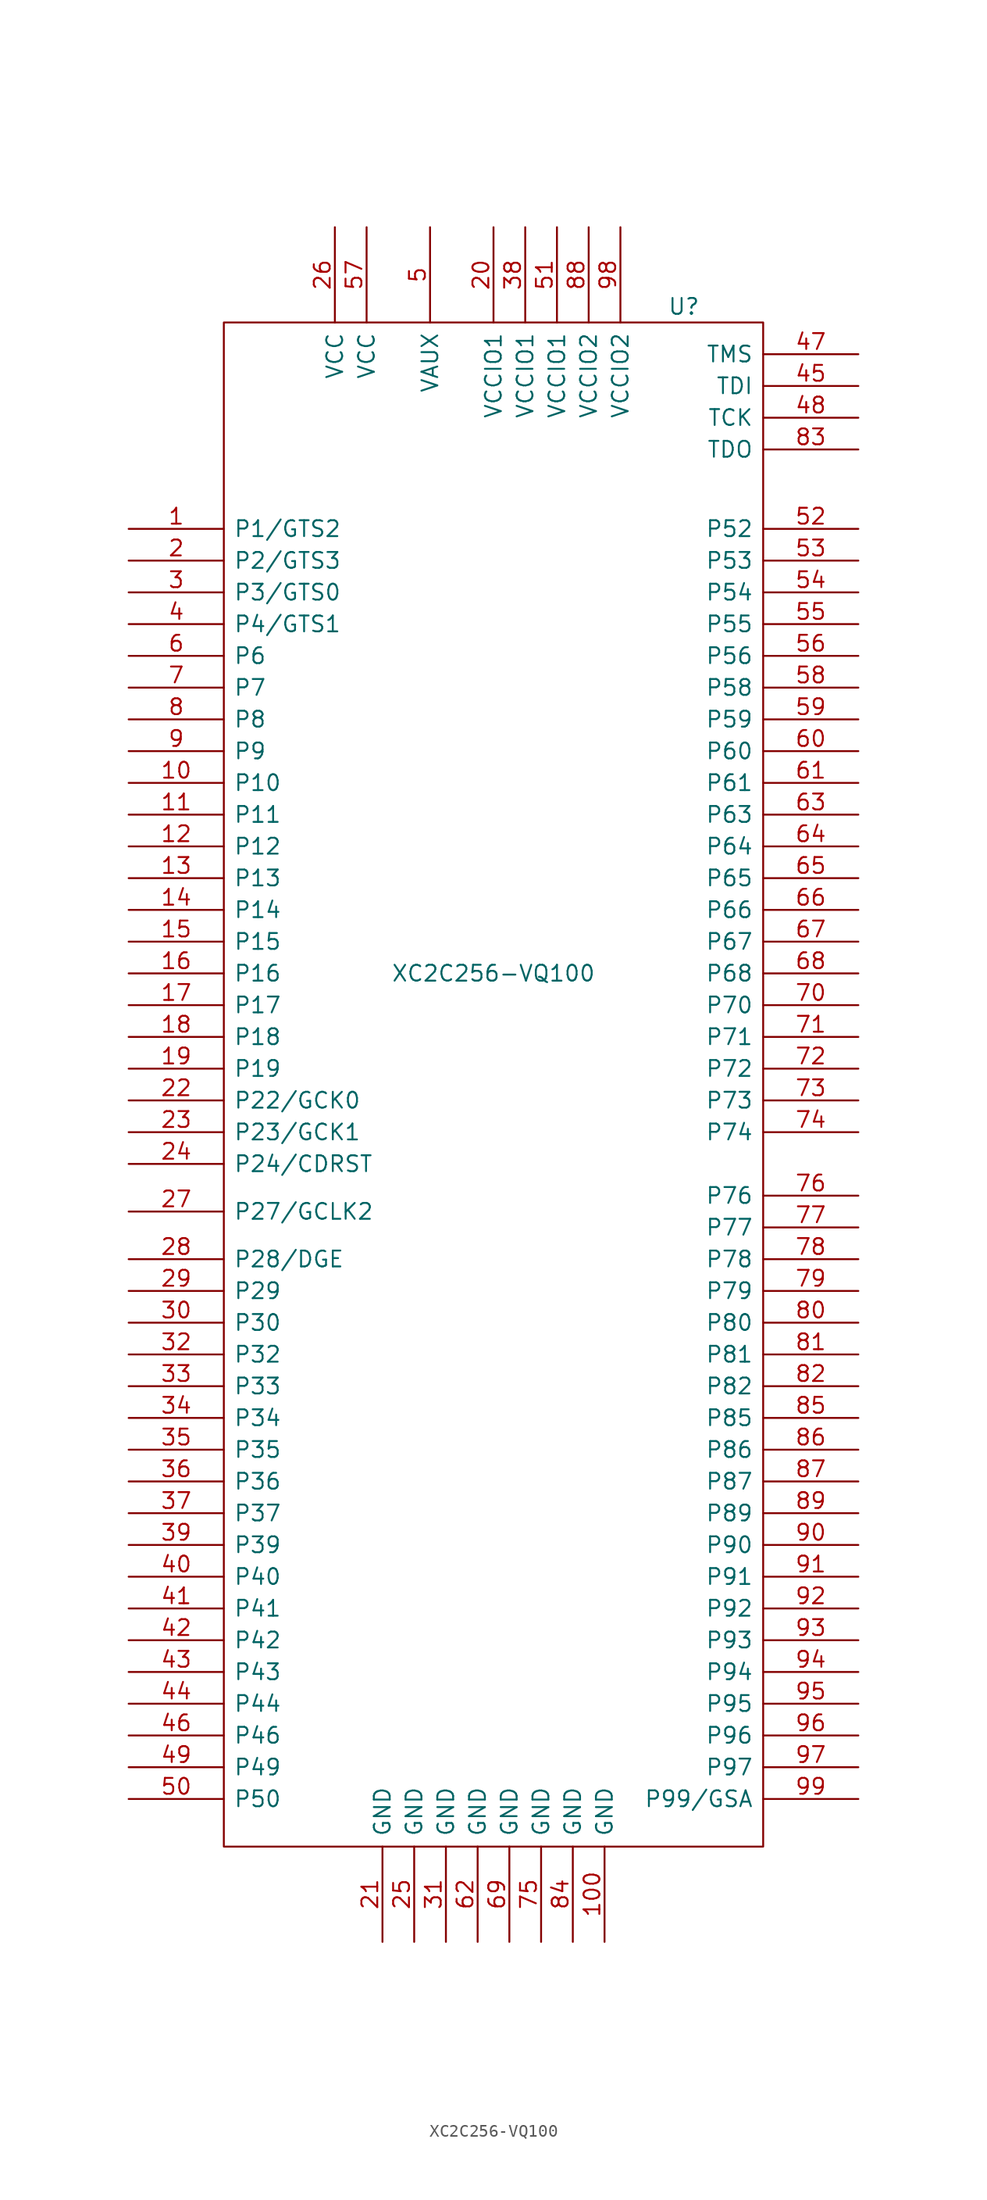
<source format=kicad_sym>
(kicad_symbol_lib
  (version 20201005)
  (generator kicad_symbol_editor)
  (symbol "XC2C256-VQ100"
    (pin_names
      (offset 0.762))
    (property "Reference" "U"
      (at 15.24 62.23 0)
      (effects (font (size 1.27 1.27))))
    (property "Value" "XC2C256-VQ100"
      (at 0 8.89 0)
      (effects (font (size 1.27 1.27))))
    (symbol "XC2C256-VQ100_0_1"
      (rectangle (start 21.59 60.96) (end -21.59 -60.96) (stroke (width 0)) (fill (type none))))
    (symbol "XC2C256-VQ100_1_1"
      (pin bidirectional line (at -29.21 44.45 0) (length 7.62) (name "P1/GTS2" (effects (font (size 1.27 1.27)))) (number "1" (effects (font (size 1.27 1.27)))))
      (pin bidirectional line (at -29.21 24.13 0) (length 7.62) (name "P10" (effects (font (size 1.27 1.27)))) (number "10" (effects (font (size 1.27 1.27)))))
      (pin power_in line (at 8.89 -68.58 90) (length 7.62) (name "GND" (effects (font (size 1.27 1.27)))) (number "100" (effects (font (size 1.27 1.27)))))
      (pin bidirectional line (at -29.21 21.59 0) (length 7.62) (name "P11" (effects (font (size 1.27 1.27)))) (number "11" (effects (font (size 1.27 1.27)))))
      (pin bidirectional line (at -29.21 19.05 0) (length 7.62) (name "P12" (effects (font (size 1.27 1.27)))) (number "12" (effects (font (size 1.27 1.27)))))
      (pin bidirectional line (at -29.21 16.51 0) (length 7.62) (name "P13" (effects (font (size 1.27 1.27)))) (number "13" (effects (font (size 1.27 1.27)))))
      (pin bidirectional line (at -29.21 13.97 0) (length 7.62) (name "P14" (effects (font (size 1.27 1.27)))) (number "14" (effects (font (size 1.27 1.27)))))
      (pin bidirectional line (at -29.21 11.43 0) (length 7.62) (name "P15" (effects (font (size 1.27 1.27)))) (number "15" (effects (font (size 1.27 1.27)))))
      (pin bidirectional line (at -29.21 8.89 0) (length 7.62) (name "P16" (effects (font (size 1.27 1.27)))) (number "16" (effects (font (size 1.27 1.27)))))
      (pin bidirectional line (at -29.21 6.35 0) (length 7.62) (name "P17" (effects (font (size 1.27 1.27)))) (number "17" (effects (font (size 1.27 1.27)))))
      (pin bidirectional line (at -29.21 3.81 0) (length 7.62) (name "P18" (effects (font (size 1.27 1.27)))) (number "18" (effects (font (size 1.27 1.27)))))
      (pin bidirectional line (at -29.21 1.27 0) (length 7.62) (name "P19" (effects (font (size 1.27 1.27)))) (number "19" (effects (font (size 1.27 1.27)))))
      (pin bidirectional line (at -29.21 41.91 0) (length 7.62) (name "P2/GTS3" (effects (font (size 1.27 1.27)))) (number "2" (effects (font (size 1.27 1.27)))))
      (pin passive line (at 0 68.58 270) (length 7.62) (name "VCCIO1" (effects (font (size 1.27 1.27)))) (number "20" (effects (font (size 1.27 1.27)))))
      (pin passive line (at -8.89 -68.58 90) (length 7.62) (name "GND" (effects (font (size 1.27 1.27)))) (number "21" (effects (font (size 1.27 1.27)))))
      (pin bidirectional line (at -29.21 -1.27 0) (length 7.62) (name "P22/GCK0" (effects (font (size 1.27 1.27)))) (number "22" (effects (font (size 1.27 1.27)))))
      (pin bidirectional line (at -29.21 -3.81 0) (length 7.62) (name "P23/GCK1" (effects (font (size 1.27 1.27)))) (number "23" (effects (font (size 1.27 1.27)))))
      (pin bidirectional line (at -29.21 -6.35 0) (length 7.62) (name "P24/CDRST" (effects (font (size 1.27 1.27)))) (number "24" (effects (font (size 1.27 1.27)))))
      (pin passive line (at -6.35 -68.58 90) (length 7.62) (name "GND" (effects (font (size 1.27 1.27)))) (number "25" (effects (font (size 1.27 1.27)))))
      (pin passive line (at -12.7 68.58 270) (length 7.62) (name "VCC" (effects (font (size 1.27 1.27)))) (number "26" (effects (font (size 1.27 1.27)))))
      (pin bidirectional line (at -29.21 -10.16 0) (length 7.62) (name "P27/GCLK2" (effects (font (size 1.27 1.27)))) (number "27" (effects (font (size 1.27 1.27)))))
      (pin bidirectional line (at -29.21 -13.97 0) (length 7.62) (name "P28/DGE" (effects (font (size 1.27 1.27)))) (number "28" (effects (font (size 1.27 1.27)))))
      (pin bidirectional line (at -29.21 -16.51 0) (length 7.62) (name "P29" (effects (font (size 1.27 1.27)))) (number "29" (effects (font (size 1.27 1.27)))))
      (pin bidirectional line (at -29.21 39.37 0) (length 7.62) (name "P3/GTS0" (effects (font (size 1.27 1.27)))) (number "3" (effects (font (size 1.27 1.27)))))
      (pin bidirectional line (at -29.21 -19.05 0) (length 7.62) (name "P30" (effects (font (size 1.27 1.27)))) (number "30" (effects (font (size 1.27 1.27)))))
      (pin passive line (at -3.81 -68.58 90) (length 7.62) (name "GND" (effects (font (size 1.27 1.27)))) (number "31" (effects (font (size 1.27 1.27)))))
      (pin bidirectional line (at -29.21 -21.59 0) (length 7.62) (name "P32" (effects (font (size 1.27 1.27)))) (number "32" (effects (font (size 1.27 1.27)))))
      (pin bidirectional line (at -29.21 -24.13 0) (length 7.62) (name "P33" (effects (font (size 1.27 1.27)))) (number "33" (effects (font (size 1.27 1.27)))))
      (pin bidirectional line (at -29.21 -26.67 0) (length 7.62) (name "P34" (effects (font (size 1.27 1.27)))) (number "34" (effects (font (size 1.27 1.27)))))
      (pin bidirectional line (at -29.21 -29.21 0) (length 7.62) (name "P35" (effects (font (size 1.27 1.27)))) (number "35" (effects (font (size 1.27 1.27)))))
      (pin bidirectional line (at -29.21 -31.75 0) (length 7.62) (name "P36" (effects (font (size 1.27 1.27)))) (number "36" (effects (font (size 1.27 1.27)))))
      (pin bidirectional line (at -29.21 -34.29 0) (length 7.62) (name "P37" (effects (font (size 1.27 1.27)))) (number "37" (effects (font (size 1.27 1.27)))))
      (pin passive line (at 2.54 68.58 270) (length 7.62) (name "VCCIO1" (effects (font (size 1.27 1.27)))) (number "38" (effects (font (size 1.27 1.27)))))
      (pin bidirectional line (at -29.21 -36.83 0) (length 7.62) (name "P39" (effects (font (size 1.27 1.27)))) (number "39" (effects (font (size 1.27 1.27)))))
      (pin bidirectional line (at -29.21 36.83 0) (length 7.62) (name "P4/GTS1" (effects (font (size 1.27 1.27)))) (number "4" (effects (font (size 1.27 1.27)))))
      (pin bidirectional line (at -29.21 -39.37 0) (length 7.62) (name "P40" (effects (font (size 1.27 1.27)))) (number "40" (effects (font (size 1.27 1.27)))))
      (pin bidirectional line (at -29.21 -41.91 0) (length 7.62) (name "P41" (effects (font (size 1.27 1.27)))) (number "41" (effects (font (size 1.27 1.27)))))
      (pin bidirectional line (at -29.21 -44.45 0) (length 7.62) (name "P42" (effects (font (size 1.27 1.27)))) (number "42" (effects (font (size 1.27 1.27)))))
      (pin bidirectional line (at -29.21 -46.99 0) (length 7.62) (name "P43" (effects (font (size 1.27 1.27)))) (number "43" (effects (font (size 1.27 1.27)))))
      (pin bidirectional line (at -29.21 -49.53 0) (length 7.62) (name "P44" (effects (font (size 1.27 1.27)))) (number "44" (effects (font (size 1.27 1.27)))))
      (pin input line (at 29.21 55.88 180) (length 7.62) (name "TDI" (effects (font (size 1.27 1.27)))) (number "45" (effects (font (size 1.27 1.27)))))
      (pin bidirectional line (at -29.21 -52.07 0) (length 7.62) (name "P46" (effects (font (size 1.27 1.27)))) (number "46" (effects (font (size 1.27 1.27)))))
      (pin input line (at 29.21 58.42 180) (length 7.62) (name "TMS" (effects (font (size 1.27 1.27)))) (number "47" (effects (font (size 1.27 1.27)))))
      (pin input line (at 29.21 53.34 180) (length 7.62) (name "TCK" (effects (font (size 1.27 1.27)))) (number "48" (effects (font (size 1.27 1.27)))))
      (pin bidirectional line (at -29.21 -54.61 0) (length 7.62) (name "P49" (effects (font (size 1.27 1.27)))) (number "49" (effects (font (size 1.27 1.27)))))
      (pin power_in line (at -5.08 68.58 270) (length 7.62) (name "VAUX" (effects (font (size 1.27 1.27)))) (number "5" (effects (font (size 1.27 1.27)))))
      (pin bidirectional line (at -29.21 -57.15 0) (length 7.62) (name "P50" (effects (font (size 1.27 1.27)))) (number "50" (effects (font (size 1.27 1.27)))))
      (pin passive line (at 5.08 68.58 270) (length 7.62) (name "VCCIO1" (effects (font (size 1.27 1.27)))) (number "51" (effects (font (size 1.27 1.27)))))
      (pin bidirectional line (at 29.21 44.45 180) (length 7.62) (name "P52" (effects (font (size 1.27 1.27)))) (number "52" (effects (font (size 1.27 1.27)))))
      (pin bidirectional line (at 29.21 41.91 180) (length 7.62) (name "P53" (effects (font (size 1.27 1.27)))) (number "53" (effects (font (size 1.27 1.27)))))
      (pin bidirectional line (at 29.21 39.37 180) (length 7.62) (name "P54" (effects (font (size 1.27 1.27)))) (number "54" (effects (font (size 1.27 1.27)))))
      (pin bidirectional line (at 29.21 36.83 180) (length 7.62) (name "P55" (effects (font (size 1.27 1.27)))) (number "55" (effects (font (size 1.27 1.27)))))
      (pin bidirectional line (at 29.21 34.29 180) (length 7.62) (name "P56" (effects (font (size 1.27 1.27)))) (number "56" (effects (font (size 1.27 1.27)))))
      (pin passive line (at -10.16 68.58 270) (length 7.62) (name "VCC" (effects (font (size 1.27 1.27)))) (number "57" (effects (font (size 1.27 1.27)))))
      (pin bidirectional line (at 29.21 31.75 180) (length 7.62) (name "P58" (effects (font (size 1.27 1.27)))) (number "58" (effects (font (size 1.27 1.27)))))
      (pin bidirectional line (at 29.21 29.21 180) (length 7.62) (name "P59" (effects (font (size 1.27 1.27)))) (number "59" (effects (font (size 1.27 1.27)))))
      (pin bidirectional line (at -29.21 34.29 0) (length 7.62) (name "P6" (effects (font (size 1.27 1.27)))) (number "6" (effects (font (size 1.27 1.27)))))
      (pin bidirectional line (at 29.21 26.67 180) (length 7.62) (name "P60" (effects (font (size 1.27 1.27)))) (number "60" (effects (font (size 1.27 1.27)))))
      (pin bidirectional line (at 29.21 24.13 180) (length 7.62) (name "P61" (effects (font (size 1.27 1.27)))) (number "61" (effects (font (size 1.27 1.27)))))
      (pin passive line (at -1.27 -68.58 90) (length 7.62) (name "GND" (effects (font (size 1.27 1.27)))) (number "62" (effects (font (size 1.27 1.27)))))
      (pin bidirectional line (at 29.21 21.59 180) (length 7.62) (name "P63" (effects (font (size 1.27 1.27)))) (number "63" (effects (font (size 1.27 1.27)))))
      (pin bidirectional line (at 29.21 19.05 180) (length 7.62) (name "P64" (effects (font (size 1.27 1.27)))) (number "64" (effects (font (size 1.27 1.27)))))
      (pin bidirectional line (at 29.21 16.51 180) (length 7.62) (name "P65" (effects (font (size 1.27 1.27)))) (number "65" (effects (font (size 1.27 1.27)))))
      (pin bidirectional line (at 29.21 13.97 180) (length 7.62) (name "P66" (effects (font (size 1.27 1.27)))) (number "66" (effects (font (size 1.27 1.27)))))
      (pin bidirectional line (at 29.21 11.43 180) (length 7.62) (name "P67" (effects (font (size 1.27 1.27)))) (number "67" (effects (font (size 1.27 1.27)))))
      (pin bidirectional line (at 29.21 8.89 180) (length 7.62) (name "P68" (effects (font (size 1.27 1.27)))) (number "68" (effects (font (size 1.27 1.27)))))
      (pin passive line (at 1.27 -68.58 90) (length 7.62) (name "GND" (effects (font (size 1.27 1.27)))) (number "69" (effects (font (size 1.27 1.27)))))
      (pin bidirectional line (at -29.21 31.75 0) (length 7.62) (name "P7" (effects (font (size 1.27 1.27)))) (number "7" (effects (font (size 1.27 1.27)))))
      (pin bidirectional line (at 29.21 6.35 180) (length 7.62) (name "P70" (effects (font (size 1.27 1.27)))) (number "70" (effects (font (size 1.27 1.27)))))
      (pin bidirectional line (at 29.21 3.81 180) (length 7.62) (name "P71" (effects (font (size 1.27 1.27)))) (number "71" (effects (font (size 1.27 1.27)))))
      (pin bidirectional line (at 29.21 1.27 180) (length 7.62) (name "P72" (effects (font (size 1.27 1.27)))) (number "72" (effects (font (size 1.27 1.27)))))
      (pin bidirectional line (at 29.21 -1.27 180) (length 7.62) (name "P73" (effects (font (size 1.27 1.27)))) (number "73" (effects (font (size 1.27 1.27)))))
      (pin bidirectional line (at 29.21 -3.81 180) (length 7.62) (name "P74" (effects (font (size 1.27 1.27)))) (number "74" (effects (font (size 1.27 1.27)))))
      (pin passive line (at 3.81 -68.58 90) (length 7.62) (name "GND" (effects (font (size 1.27 1.27)))) (number "75" (effects (font (size 1.27 1.27)))))
      (pin bidirectional line (at 29.21 -8.89 180) (length 7.62) (name "P76" (effects (font (size 1.27 1.27)))) (number "76" (effects (font (size 1.27 1.27)))))
      (pin bidirectional line (at 29.21 -11.43 180) (length 7.62) (name "P77" (effects (font (size 1.27 1.27)))) (number "77" (effects (font (size 1.27 1.27)))))
      (pin bidirectional line (at 29.21 -13.97 180) (length 7.62) (name "P78" (effects (font (size 1.27 1.27)))) (number "78" (effects (font (size 1.27 1.27)))))
      (pin bidirectional line (at 29.21 -16.51 180) (length 7.62) (name "P79" (effects (font (size 1.27 1.27)))) (number "79" (effects (font (size 1.27 1.27)))))
      (pin bidirectional line (at -29.21 29.21 0) (length 7.62) (name "P8" (effects (font (size 1.27 1.27)))) (number "8" (effects (font (size 1.27 1.27)))))
      (pin bidirectional line (at 29.21 -19.05 180) (length 7.62) (name "P80" (effects (font (size 1.27 1.27)))) (number "80" (effects (font (size 1.27 1.27)))))
      (pin bidirectional line (at 29.21 -21.59 180) (length 7.62) (name "P81" (effects (font (size 1.27 1.27)))) (number "81" (effects (font (size 1.27 1.27)))))
      (pin bidirectional line (at 29.21 -24.13 180) (length 7.62) (name "P82" (effects (font (size 1.27 1.27)))) (number "82" (effects (font (size 1.27 1.27)))))
      (pin output line (at 29.21 50.8 180) (length 7.62) (name "TDO" (effects (font (size 1.27 1.27)))) (number "83" (effects (font (size 1.27 1.27)))))
      (pin passive line (at 6.35 -68.58 90) (length 7.62) (name "GND" (effects (font (size 1.27 1.27)))) (number "84" (effects (font (size 1.27 1.27)))))
      (pin bidirectional line (at 29.21 -26.67 180) (length 7.62) (name "P85" (effects (font (size 1.27 1.27)))) (number "85" (effects (font (size 1.27 1.27)))))
      (pin bidirectional line (at 29.21 -29.21 180) (length 7.62) (name "P86" (effects (font (size 1.27 1.27)))) (number "86" (effects (font (size 1.27 1.27)))))
      (pin bidirectional line (at 29.21 -31.75 180) (length 7.62) (name "P87" (effects (font (size 1.27 1.27)))) (number "87" (effects (font (size 1.27 1.27)))))
      (pin passive line (at 7.62 68.58 270) (length 7.62) (name "VCCIO2" (effects (font (size 1.27 1.27)))) (number "88" (effects (font (size 1.27 1.27)))))
      (pin bidirectional line (at 29.21 -34.29 180) (length 7.62) (name "P89" (effects (font (size 1.27 1.27)))) (number "89" (effects (font (size 1.27 1.27)))))
      (pin bidirectional line (at -29.21 26.67 0) (length 7.62) (name "P9" (effects (font (size 1.27 1.27)))) (number "9" (effects (font (size 1.27 1.27)))))
      (pin bidirectional line (at 29.21 -36.83 180) (length 7.62) (name "P90" (effects (font (size 1.27 1.27)))) (number "90" (effects (font (size 1.27 1.27)))))
      (pin bidirectional line (at 29.21 -39.37 180) (length 7.62) (name "P91" (effects (font (size 1.27 1.27)))) (number "91" (effects (font (size 1.27 1.27)))))
      (pin bidirectional line (at 29.21 -41.91 180) (length 7.62) (name "P92" (effects (font (size 1.27 1.27)))) (number "92" (effects (font (size 1.27 1.27)))))
      (pin bidirectional line (at 29.21 -44.45 180) (length 7.62) (name "P93" (effects (font (size 1.27 1.27)))) (number "93" (effects (font (size 1.27 1.27)))))
      (pin bidirectional line (at 29.21 -46.99 180) (length 7.62) (name "P94" (effects (font (size 1.27 1.27)))) (number "94" (effects (font (size 1.27 1.27)))))
      (pin bidirectional line (at 29.21 -49.53 180) (length 7.62) (name "P95" (effects (font (size 1.27 1.27)))) (number "95" (effects (font (size 1.27 1.27)))))
      (pin bidirectional line (at 29.21 -52.07 180) (length 7.62) (name "P96" (effects (font (size 1.27 1.27)))) (number "96" (effects (font (size 1.27 1.27)))))
      (pin bidirectional line (at 29.21 -54.61 180) (length 7.62) (name "P97" (effects (font (size 1.27 1.27)))) (number "97" (effects (font (size 1.27 1.27)))))
      (pin power_in line (at 10.16 68.58 270) (length 7.62) (name "VCCIO2" (effects (font (size 1.27 1.27)))) (number "98" (effects (font (size 1.27 1.27)))))
      (pin bidirectional line (at 29.21 -57.15 180) (length 7.62) (name "P99/GSA" (effects (font (size 1.27 1.27)))) (number "99" (effects (font (size 1.27 1.27))))))))
</source>
